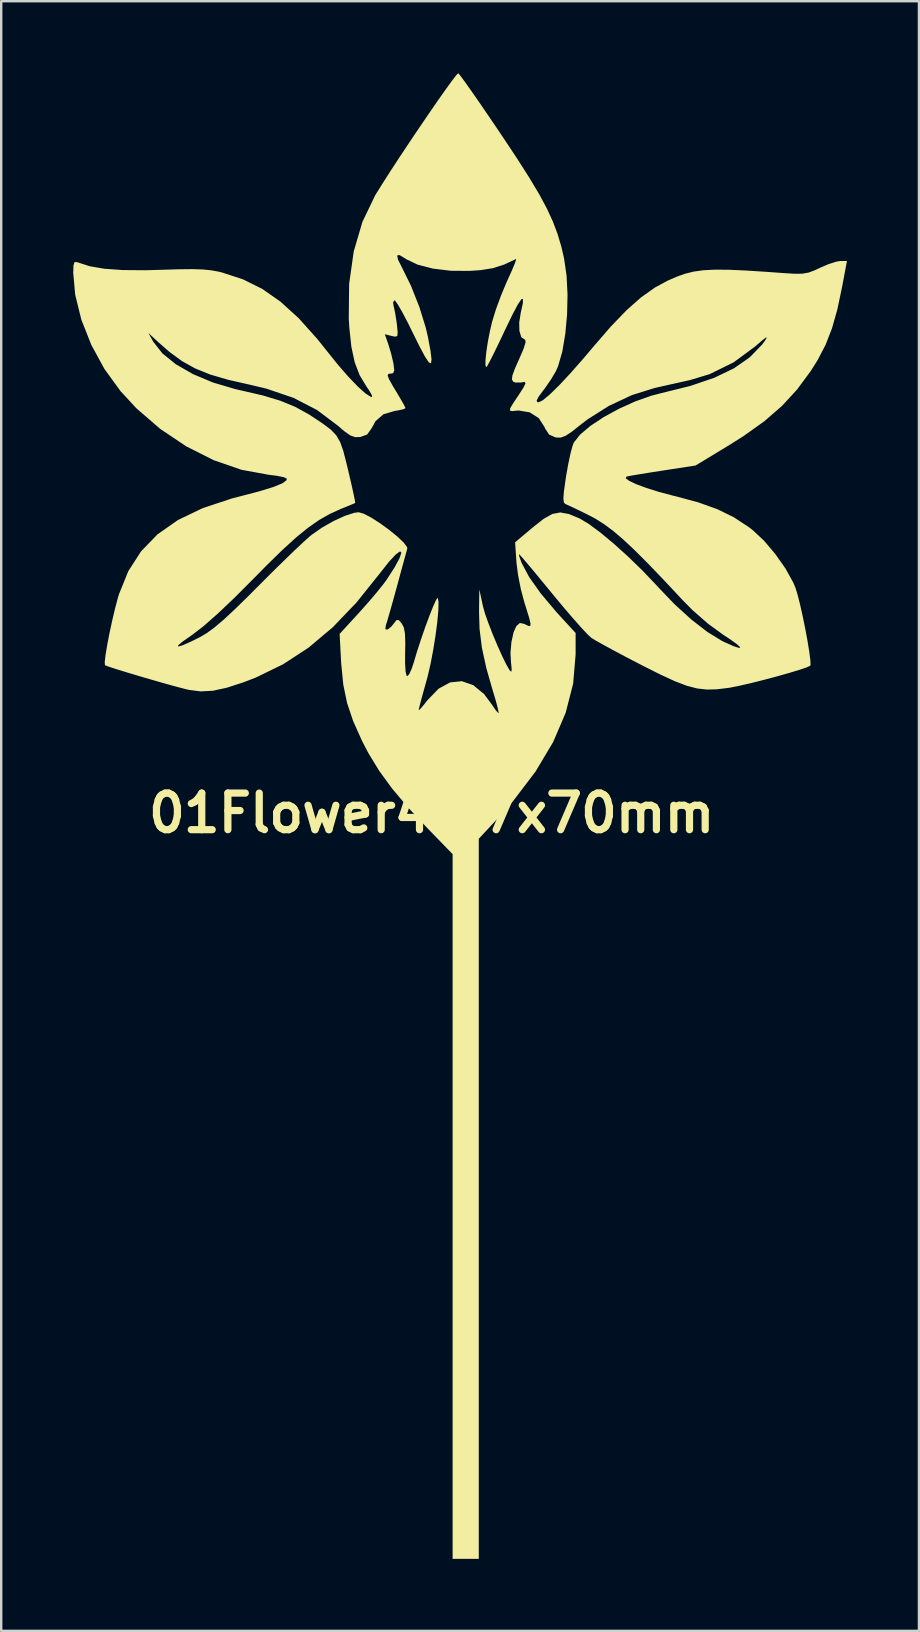
<source format=kicad_pcb>
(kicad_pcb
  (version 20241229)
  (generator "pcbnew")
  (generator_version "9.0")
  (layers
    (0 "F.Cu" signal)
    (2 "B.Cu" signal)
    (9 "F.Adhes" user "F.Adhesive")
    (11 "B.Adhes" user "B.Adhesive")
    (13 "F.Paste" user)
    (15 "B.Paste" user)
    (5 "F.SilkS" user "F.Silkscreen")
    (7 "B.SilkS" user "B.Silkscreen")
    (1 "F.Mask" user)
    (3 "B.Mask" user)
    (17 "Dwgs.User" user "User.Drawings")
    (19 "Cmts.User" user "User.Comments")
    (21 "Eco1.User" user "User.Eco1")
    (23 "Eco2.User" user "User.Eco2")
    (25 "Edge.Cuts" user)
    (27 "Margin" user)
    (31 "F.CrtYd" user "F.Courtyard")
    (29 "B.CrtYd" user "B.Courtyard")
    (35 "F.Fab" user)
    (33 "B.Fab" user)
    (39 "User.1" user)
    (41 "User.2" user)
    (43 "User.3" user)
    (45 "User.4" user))
  (footprint "01Flower44.7x70mm"
    (layer "F.Cu")
    (at 14.935 30.826)
    (property "Reference" "01Flower44.7x70mm" (at 0 0 0) (layer "F.SilkS") (effects (font (size 1.524 1.524) (thickness 0.3))))
    (attr board_only exclude_from_pos_files exclude_from_bom)
    (fp_poly (pts (xy 1.188 -30.731) (xy 1.374 -30.478) (xy 1.649 -30.09) (xy 1.997 -29.59) (xy 2.4 -29) (xy 2.844 -28.345) (xy 2.93 -28.217) (xy 3.557 -27.273) (xy 4.067 -26.473) (xy 4.477 -25.787) (xy 4.8 -25.185) (xy 5.052 -24.639) (xy 5.248 -24.117) (xy 5.403 -23.591) (xy 5.514 -23.113) (xy 5.618 -22.403) (xy 5.659 -21.605) (xy 5.64 -20.772) (xy 5.566 -19.962) (xy 5.441 -19.228) (xy 5.268 -18.627) (xy 5.17 -18.403) (xy 4.979 -18.081) (xy 4.736 -17.728) (xy 4.673 -17.644) (xy 4.454 -17.349) (xy 4.37 -17.184) (xy 4.41 -17.119) (xy 4.454 -17.115) (xy 4.628 -17.199) (xy 4.918 -17.44) (xy 5.307 -17.82) (xy 5.779 -18.325) (xy 6.317 -18.936) (xy 6.739 -19.435) (xy 7.472 -20.282) (xy 8.126 -20.959) (xy 8.728 -21.491) (xy 9.301 -21.897) (xy 9.832 -22.184) (xy 10.203 -22.346) (xy 10.553 -22.471) (xy 10.914 -22.561) (xy 11.316 -22.617) (xy 11.791 -22.642) (xy 12.369 -22.638) (xy 13.081 -22.606) (xy 13.96 -22.55) (xy 14.633 -22.501) (xy 15.11 -22.471) (xy 15.443 -22.474) (xy 15.706 -22.521) (xy 15.971 -22.621) (xy 16.17 -22.716) (xy 16.536 -22.873) (xy 16.865 -22.977) (xy 17.028 -23.002) (xy 17.3 -23.002) (xy 17.101 -21.939) (xy 16.901 -20.989) (xy 16.678 -20.201) (xy 16.413 -19.518) (xy 16.084 -18.884) (xy 15.796 -18.425) (xy 15.224 -17.65) (xy 14.594 -16.965) (xy 13.863 -16.33) (xy 12.987 -15.705) (xy 12.392 -15.33) (xy 10.994 -14.482) (xy 9.612 -14.269) (xy 9.083 -14.187) (xy 8.629 -14.113) (xy 8.296 -14.057) (xy 8.128 -14.024) (xy 8.121 -14.022) (xy 8.082 -13.953) (xy 8.226 -13.843) (xy 8.522 -13.704) (xy 8.942 -13.548) (xy 9.457 -13.386) (xy 10.037 -13.231) (xy 10.144 -13.206) (xy 11.106 -12.947) (xy 11.903 -12.662) (xy 12.587 -12.326) (xy 13.209 -11.917) (xy 13.379 -11.787) (xy 13.846 -11.349) (xy 14.319 -10.79) (xy 14.744 -10.183) (xy 15.066 -9.601) (xy 15.151 -9.4) (xy 15.242 -9.105) (xy 15.348 -8.688) (xy 15.458 -8.195) (xy 15.565 -7.67) (xy 15.66 -7.159) (xy 15.733 -6.708) (xy 15.777 -6.363) (xy 15.782 -6.168) (xy 15.774 -6.144) (xy 15.628 -6.074) (xy 15.314 -5.967) (xy 14.878 -5.836) (xy 14.363 -5.691) (xy 13.815 -5.545) (xy 13.279 -5.411) (xy 12.798 -5.301) (xy 12.419 -5.226) (xy 12.352 -5.216) (xy 11.881 -5.159) (xy 11.464 -5.148) (xy 11.06 -5.193) (xy 10.631 -5.305) (xy 10.135 -5.494) (xy 9.533 -5.771) (xy 8.785 -6.146) (xy 8.736 -6.172) (xy 8.144 -6.479) (xy 7.601 -6.767) (xy 7.144 -7.016) (xy 6.811 -7.204) (xy 6.649 -7.304) (xy 6.486 -7.455) (xy 6.215 -7.746) (xy 5.862 -8.145) (xy 5.454 -8.622) (xy 5.019 -9.147) (xy 5.012 -9.156) (xy 4.597 -9.661) (xy 4.231 -10.104) (xy 3.935 -10.456) (xy 3.73 -10.694) (xy 3.638 -10.791) (xy 3.636 -10.792) (xy 3.646 -10.704) (xy 3.724 -10.485) (xy 3.753 -10.412) (xy 4.064 -9.829) (xy 4.548 -9.147) (xy 5.191 -8.383) (xy 5.307 -8.255) (xy 5.996 -7.505) (xy 5.996 -6.604) (xy 5.893 -5.394) (xy 5.582 -4.182) (xy 5.061 -2.964) (xy 4.328 -1.734) (xy 3.382 -0.49) (xy 2.723 0.252) (xy 1.962 1.067) (xy 1.962 31.069) (xy 0.872 31.069) (xy 0.872 1.71) (xy -0.196 0.609) (xy -0.998 -0.249) (xy -1.651 -1.026) (xy -2.187 -1.761) (xy -2.636 -2.497) (xy -2.897 -2.998) (xy -3.27 -3.829) (xy -3.525 -4.586) (xy -3.684 -5.358) (xy -3.77 -6.237) (xy -3.778 -6.377) (xy -3.836 -7.467) (xy -3.022 -8.354) (xy -2.648 -8.774) (xy -2.293 -9.19) (xy -2.008 -9.546) (xy -1.882 -9.717) (xy -1.54 -10.248) (xy -1.336 -10.628) (xy -1.264 -10.85) (xy -1.316 -10.905) (xy -1.485 -10.787) (xy -1.766 -10.489) (xy -2.15 -10.003) (xy -2.15 -10.002) (xy -3.133 -8.775) (xy -4.119 -7.745) (xy -5.13 -6.894) (xy -6.19 -6.202) (xy -7.325 -5.649) (xy -7.813 -5.46) (xy -8.527 -5.227) (xy -9.112 -5.099) (xy -9.623 -5.071) (xy -10.118 -5.135) (xy -10.247 -5.165) (xy -10.638 -5.268) (xy -11.121 -5.401) (xy -11.654 -5.554) (xy -12.196 -5.712) (xy -12.704 -5.865) (xy -13.137 -5.998) (xy -13.451 -6.101) (xy -13.606 -6.159) (xy -13.614 -6.165) (xy -13.622 -6.296) (xy -13.587 -6.594) (xy -13.517 -7.012) (xy -13.422 -7.505) (xy -13.309 -8.028) (xy -13.189 -8.534) (xy -13.071 -8.978) (xy -13.025 -9.129) (xy -12.638 -10.083) (xy -12.107 -10.908) (xy -11.422 -11.615) (xy -10.572 -12.211) (xy -9.544 -12.705) (xy -8.329 -13.108) (xy -7.959 -13.204) (xy -7.165 -13.412) (xy -6.583 -13.591) (xy -6.211 -13.745) (xy -6.044 -13.873) (xy -6.043 -13.942) (xy -6.172 -13.998) (xy -6.455 -14.054) (xy -6.783 -14.095) (xy -7.927 -14.304) (xy -9.086 -14.706) (xy -10.225 -15.28) (xy -11.31 -16.007) (xy -12.304 -16.867) (xy -12.964 -17.581) (xy -13.632 -18.501) (xy -14.182 -19.509) (xy -14.377 -20.004) (xy -11.804 -20.004) (xy -11.598 -19.636) (xy -11.222 -19.156) (xy -10.66 -18.701) (xy -9.943 -18.289) (xy -9.104 -17.937) (xy -8.173 -17.663) (xy -7.912 -17.604) (xy -7.026 -17.399) (xy -6.304 -17.18) (xy -5.691 -16.928) (xy -5.134 -16.622) (xy -4.98 -16.524) (xy -4.526 -16.221) (xy -4.203 -15.977) (xy -3.977 -15.741) (xy -3.816 -15.464) (xy -3.686 -15.098) (xy -3.554 -14.591) (xy -3.482 -14.291) (xy -3.363 -13.782) (xy -3.268 -13.357) (xy -3.206 -13.058) (xy -3.186 -12.924) (xy -3.187 -12.921) (xy -3.295 -12.874) (xy -3.545 -12.77) (xy -3.787 -12.672) (xy -4.244 -12.465) (xy -4.688 -12.213) (xy -5.147 -11.893) (xy -5.648 -11.485) (xy -6.217 -10.967) (xy -6.881 -10.318) (xy -7.41 -9.781) (xy -8.212 -8.976) (xy -8.915 -8.308) (xy -9.507 -7.788) (xy -9.976 -7.426) (xy -10.027 -7.392) (xy -10.39 -7.138) (xy -10.565 -6.987) (xy -10.556 -6.939) (xy -10.37 -6.995) (xy -10.009 -7.156) (xy -9.648 -7.336) (xy -9.368 -7.501) (xy -9.048 -7.736) (xy -8.667 -8.059) (xy -8.2 -8.494) (xy -7.623 -9.058) (xy -7.249 -9.434) (xy -6.715 -9.969) (xy -6.2 -10.475) (xy -5.736 -10.924) (xy -5.353 -11.285) (xy -5.079 -11.531) (xy -5.01 -11.588) (xy -4.575 -11.892) (xy -4.09 -12.168) (xy -3.618 -12.385) (xy -3.219 -12.513) (xy -3.045 -12.535) (xy -2.829 -12.474) (xy -2.516 -12.31) (xy -2.15 -12.075) (xy -1.775 -11.803) (xy -1.434 -11.526) (xy -1.17 -11.276) (xy -1.028 -11.086) (xy -1.016 -11.02) (xy -1.063 -10.854) (xy -1.154 -10.523) (xy -1.278 -10.071) (xy -1.421 -9.543) (xy -1.452 -9.43) (xy -1.6 -8.89) (xy -1.734 -8.415) (xy -1.839 -8.05) (xy -1.904 -7.841) (xy -1.911 -7.822) (xy -1.931 -7.662) (xy -1.841 -7.647) (xy -1.686 -7.766) (xy -1.597 -7.876) (xy -1.464 -8.044) (xy -1.369 -8.04) (xy -1.25 -7.903) (xy -1.162 -7.737) (xy -1.114 -7.483) (xy -1.099 -7.093) (xy -1.106 -6.712) (xy -1.109 -6.24) (xy -1.087 -5.895) (xy -1.044 -5.717) (xy -1.027 -5.702) (xy -0.943 -5.778) (xy -0.834 -6.012) (xy -0.742 -6.294) (xy -0.601 -6.765) (xy -0.435 -7.272) (xy -0.26 -7.775) (xy -0.089 -8.235) (xy 0.062 -8.614) (xy 0.179 -8.873) (xy 0.248 -8.971) (xy 0.255 -8.968) (xy 0.286 -8.783) (xy 0.276 -8.429) (xy 0.232 -7.952) (xy 0.159 -7.396) (xy 0.065 -6.806) (xy -0.046 -6.226) (xy -0.167 -5.702) (xy -0.213 -5.531) (xy -0.346 -5.055) (xy -0.454 -4.659) (xy -0.524 -4.388) (xy -0.545 -4.289) (xy -0.486 -4.329) (xy -0.334 -4.504) (xy -0.171 -4.711) (xy 0.29 -5.186) (xy 0.77 -5.447) (xy 1.256 -5.496) (xy 1.732 -5.332) (xy 2.184 -4.958) (xy 2.514 -4.514) (xy 2.668 -4.286) (xy 2.771 -4.171) (xy 2.788 -4.168) (xy 2.774 -4.282) (xy 2.707 -4.552) (xy 2.598 -4.928) (xy 2.553 -5.073) (xy 2.274 -6.049) (xy 2.091 -6.895) (xy 1.994 -7.671) (xy 1.973 -8.374) (xy 1.984 -9.321) (xy 2.137 -8.612) (xy 2.223 -8.307) (xy 2.366 -7.904) (xy 2.545 -7.445) (xy 2.741 -6.977) (xy 2.936 -6.543) (xy 3.111 -6.187) (xy 3.245 -5.955) (xy 3.313 -5.887) (xy 3.333 -5.981) (xy 3.312 -6.213) (xy 3.305 -6.262) (xy 3.282 -6.676) (xy 3.322 -7.13) (xy 3.412 -7.537) (xy 3.529 -7.794) (xy 3.674 -7.922) (xy 3.859 -7.883) (xy 3.906 -7.859) (xy 4.037 -7.795) (xy 4.108 -7.796) (xy 4.118 -7.894) (xy 4.065 -8.12) (xy 3.947 -8.506) (xy 3.862 -8.776) (xy 3.716 -9.322) (xy 3.597 -9.924) (xy 3.53 -10.453) (xy 3.53 -10.465) (xy 3.475 -11.283) (xy 4.217 -11.909) (xy 4.666 -12.262) (xy 5.027 -12.464) (xy 5.357 -12.527) (xy 5.715 -12.461) (xy 6.159 -12.278) (xy 6.535 -12.054) (xy 7.019 -11.697) (xy 7.574 -11.236) (xy 8.167 -10.702) (xy 8.761 -10.127) (xy 9.321 -9.54) (xy 9.424 -9.426) (xy 10.116 -8.704) (xy 10.815 -8.068) (xy 11.483 -7.55) (xy 12.082 -7.181) (xy 12.175 -7.135) (xy 12.587 -6.952) (xy 12.813 -6.879) (xy 12.853 -6.912) (xy 12.708 -7.046) (xy 12.377 -7.28) (xy 12.155 -7.424) (xy 11.514 -7.89) (xy 10.857 -8.466) (xy 10.465 -8.863) (xy 9.679 -9.703) (xy 9.015 -10.395) (xy 8.452 -10.958) (xy 7.971 -11.408) (xy 7.551 -11.765) (xy 7.173 -12.045) (xy 6.818 -12.268) (xy 6.581 -12.394) (xy 6.174 -12.596) (xy 5.832 -12.76) (xy 5.609 -12.862) (xy 5.563 -12.881) (xy 5.505 -12.944) (xy 5.486 -13.106) (xy 5.509 -13.402) (xy 5.573 -13.865) (xy 5.601 -14.048) (xy 5.689 -14.547) (xy 5.784 -14.989) (xy 5.872 -15.314) (xy 5.918 -15.433) (xy 6.179 -15.767) (xy 6.609 -16.13) (xy 7.165 -16.498) (xy 7.804 -16.847) (xy 8.483 -17.154) (xy 9.16 -17.393) (xy 9.582 -17.502) (xy 10.778 -17.798) (xy 11.777 -18.139) (xy 12.596 -18.533) (xy 13.252 -18.99) (xy 13.764 -19.519) (xy 13.871 -19.662) (xy 13.96 -19.804) (xy 13.931 -19.818) (xy 13.771 -19.696) (xy 13.479 -19.444) (xy 12.58 -18.781) (xy 11.583 -18.29) (xy 10.765 -18.042) (xy 10.235 -17.924) (xy 9.649 -17.793) (xy 9.293 -17.713) (xy 8.343 -17.416) (xy 7.38 -16.965) (xy 6.487 -16.4) (xy 6.208 -16.184) (xy 5.835 -15.889) (xy 5.573 -15.717) (xy 5.375 -15.645) (xy 5.192 -15.647) (xy 5.157 -15.653) (xy 4.892 -15.769) (xy 4.723 -16.026) (xy 4.698 -16.09) (xy 4.458 -16.459) (xy 4.08 -16.698) (xy 3.624 -16.773) (xy 3.536 -16.767) (xy 3.344 -16.748) (xy 3.256 -16.774) (xy 3.276 -16.879) (xy 3.409 -17.099) (xy 3.616 -17.407) (xy 3.825 -17.731) (xy 3.908 -17.908) (xy 3.87 -17.968) (xy 3.734 -17.942) (xy 3.494 -17.937) (xy 3.397 -17.975) (xy 3.341 -18.062) (xy 3.362 -18.233) (xy 3.469 -18.526) (xy 3.635 -18.899) (xy 3.827 -19.342) (xy 3.912 -19.613) (xy 3.894 -19.726) (xy 3.872 -19.731) (xy 3.733 -19.828) (xy 3.655 -20.084) (xy 3.646 -20.445) (xy 3.712 -20.854) (xy 3.797 -21.241) (xy 3.804 -21.426) (xy 3.734 -21.407) (xy 3.586 -21.186) (xy 3.361 -20.762) (xy 3.058 -20.134) (xy 3.051 -20.119) (xy 2.803 -19.596) (xy 2.585 -19.148) (xy 2.413 -18.808) (xy 2.306 -18.614) (xy 2.282 -18.582) (xy 2.241 -18.642) (xy 2.241 -18.869) (xy 2.276 -19.217) (xy 2.34 -19.642) (xy 2.429 -20.097) (xy 2.523 -20.492) (xy 2.678 -20.993) (xy 2.892 -21.575) (xy 3.123 -22.126) (xy 3.165 -22.217) (xy 3.341 -22.607) (xy 3.465 -22.904) (xy 3.518 -23.067) (xy 3.512 -23.086) (xy 3.013 -22.851) (xy 2.553 -22.704) (xy 2.039 -22.622) (xy 1.576 -22.59) (xy 0.785 -22.596) (xy 0.048 -22.686) (xy -0.586 -22.851) (xy -1.064 -23.079) (xy -1.105 -23.108) (xy -1.342 -23.251) (xy -1.44 -23.233) (xy -1.399 -23.05) (xy -1.245 -22.744) (xy -0.86 -21.962) (xy -0.514 -21.086) (xy -0.246 -20.222) (xy -0.156 -19.834) (xy -0.051 -19.269) (xy -0.007 -18.904) (xy -0.028 -18.74) (xy -0.116 -18.775) (xy -0.276 -19.012) (xy -0.511 -19.451) (xy -0.746 -19.928) (xy -0.997 -20.436) (xy -1.223 -20.865) (xy -1.405 -21.181) (xy -1.523 -21.349) (xy -1.549 -21.367) (xy -1.61 -21.28) (xy -1.585 -21.121) (xy -1.528 -20.866) (xy -1.469 -20.505) (xy -1.448 -20.342) (xy -1.417 -20.027) (xy -1.434 -19.878) (xy -1.524 -19.849) (xy -1.67 -19.88) (xy -1.953 -19.951) (xy -1.81 -19.542) (xy -1.69 -19.145) (xy -1.595 -18.743) (xy -1.592 -18.723) (xy -1.559 -18.45) (xy -1.604 -18.332) (xy -1.685 -18.314) (xy -1.8 -18.301) (xy -1.835 -18.237) (xy -1.781 -18.085) (xy -1.627 -17.809) (xy -1.472 -17.551) (xy -1.279 -17.227) (xy -1.142 -16.982) (xy -1.09 -16.87) (xy -1.187 -16.824) (xy -1.428 -16.773) (xy -1.535 -16.757) (xy -2.01 -16.617) (xy -2.341 -16.329) (xy -2.506 -16.028) (xy -2.69 -15.773) (xy -2.979 -15.669) (xy -3.188 -15.664) (xy -3.392 -15.736) (xy -3.645 -15.914) (xy -3.916 -16.147) (xy -4.773 -16.791) (xy -5.755 -17.3) (xy -6.887 -17.685) (xy -7.556 -17.844) (xy -8.474 -18.052) (xy -9.222 -18.271) (xy -9.848 -18.523) (xy -10.401 -18.831) (xy -10.928 -19.217) (xy -11.38 -19.612) (xy -11.804 -20.004) (xy -14.377 -20.004) (xy -14.595 -20.555) (xy -14.852 -21.593) (xy -14.935 -22.518) (xy -14.924 -22.823) (xy -14.88 -22.954) (xy -14.781 -22.958) (xy -14.744 -22.944) (xy -14.254 -22.786) (xy -13.638 -22.68) (xy -12.871 -22.625) (xy -11.929 -22.617) (xy -11.283 -22.635) (xy -10.545 -22.657) (xy -9.979 -22.663) (xy -9.542 -22.65) (xy -9.189 -22.615) (xy -8.874 -22.558) (xy -8.729 -22.522) (xy -7.864 -22.239) (xy -7.062 -21.841) (xy -6.296 -21.306) (xy -5.538 -20.616) (xy -4.76 -19.747) (xy -4.341 -19.222) (xy -3.898 -18.671) (xy -3.472 -18.182) (xy -3.087 -17.781) (xy -2.77 -17.494) (xy -2.545 -17.347) (xy -2.487 -17.333) (xy -2.493 -17.411) (xy -2.606 -17.611) (xy -2.726 -17.787) (xy -3.003 -18.247) (xy -3.206 -18.777) (xy -3.345 -19.418) (xy -3.431 -20.215) (xy -3.455 -20.603) (xy -3.439 -22.05) (xy -3.249 -23.397) (xy -2.887 -24.63) (xy -2.356 -25.736) (xy -2.316 -25.801) (xy -2.043 -26.24) (xy -1.708 -26.763) (xy -1.329 -27.343) (xy -0.924 -27.952) (xy -0.511 -28.566) (xy -0.109 -29.156) (xy 0.264 -29.697) (xy 0.591 -30.161) (xy 0.852 -30.521) (xy 1.031 -30.752) (xy 1.107 -30.826)) (stroke (width 0) (type solid)) (fill yes) (layer "F.SilkS")))
  (gr_rect
    (start -3 -3)
    (end 35.235 64.895)
    (stroke (width 0.1) (type default))
    (fill no)
    (layer "Edge.Cuts")))
</source>
